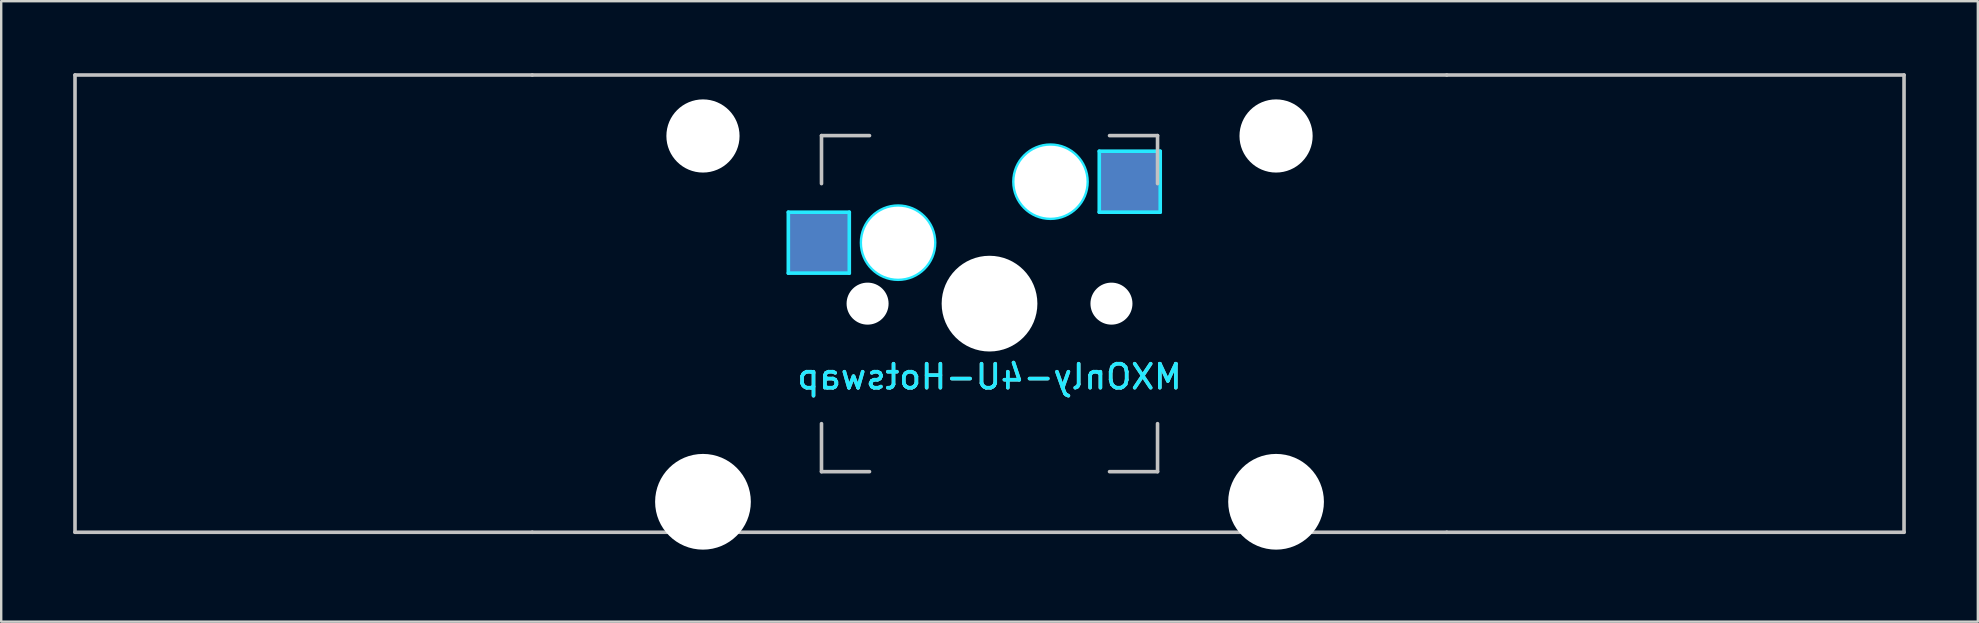
<source format=kicad_pcb>
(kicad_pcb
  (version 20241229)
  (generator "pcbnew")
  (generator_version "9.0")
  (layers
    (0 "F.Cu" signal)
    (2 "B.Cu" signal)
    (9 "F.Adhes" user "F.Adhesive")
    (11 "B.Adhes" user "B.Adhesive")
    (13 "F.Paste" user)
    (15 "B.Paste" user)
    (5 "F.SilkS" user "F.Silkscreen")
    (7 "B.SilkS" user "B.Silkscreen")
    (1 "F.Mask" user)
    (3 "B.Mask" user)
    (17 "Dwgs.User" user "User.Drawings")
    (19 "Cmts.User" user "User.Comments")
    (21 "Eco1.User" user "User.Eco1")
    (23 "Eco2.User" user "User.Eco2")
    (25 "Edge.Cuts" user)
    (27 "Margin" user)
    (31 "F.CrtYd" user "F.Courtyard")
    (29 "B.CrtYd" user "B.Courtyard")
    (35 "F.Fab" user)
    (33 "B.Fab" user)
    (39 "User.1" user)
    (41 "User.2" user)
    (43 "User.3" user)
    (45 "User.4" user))
  (footprint "MXOnly-4U-Hotswap"
    (layer "F.Cu")
    (at 38.175 9.6)
    (property "Reference" "MXOnly-4U-Hotswap" (at 0 3.048 0) (layer "B.CrtYd") (effects (font (size 1 1) (thickness 0.15)) (justify mirror)))
    (attr smd)
    (fp_line (start -38.1 -9.525) (end -38.1 9.525) (stroke (width 0.15) (type solid)) (layer "Dwgs.User"))
    (fp_line (start -38.1 9.525) (end -19.05 9.525) (stroke (width 0.15) (type solid)) (layer "Dwgs.User"))
    (fp_line (start -19.05 -9.525) (end -38.1 -9.525) (stroke (width 0.15) (type solid)) (layer "Dwgs.User"))
    (fp_line (start -19.05 -9.525) (end 19.05 -9.525) (stroke (width 0.15) (type solid)) (layer "Dwgs.User"))
    (fp_line (start -7 -7) (end -7 -5) (stroke (width 0.15) (type solid)) (layer "Dwgs.User"))
    (fp_line (start -7 5) (end -7 7) (stroke (width 0.15) (type solid)) (layer "Dwgs.User"))
    (fp_line (start -7 7) (end -5 7) (stroke (width 0.15) (type solid)) (layer "Dwgs.User"))
    (fp_line (start -5 -7) (end -7 -7) (stroke (width 0.15) (type solid)) (layer "Dwgs.User"))
    (fp_line (start 5 -7) (end 7 -7) (stroke (width 0.15) (type solid)) (layer "Dwgs.User"))
    (fp_line (start 5 7) (end 7 7) (stroke (width 0.15) (type solid)) (layer "Dwgs.User"))
    (fp_line (start 7 -7) (end 7 -5) (stroke (width 0.15) (type solid)) (layer "Dwgs.User"))
    (fp_line (start 7 7) (end 7 5) (stroke (width 0.15) (type solid)) (layer "Dwgs.User"))
    (fp_line (start 19.05 -9.525) (end 38.1 -9.525) (stroke (width 0.15) (type solid)) (layer "Dwgs.User"))
    (fp_line (start 19.05 9.525) (end -19.05 9.525) (stroke (width 0.15) (type solid)) (layer "Dwgs.User"))
    (fp_line (start 38.1 -9.525) (end 38.1 9.525) (stroke (width 0.15) (type solid)) (layer "Dwgs.User"))
    (fp_line (start 38.1 9.525) (end 19.05 9.525) (stroke (width 0.15) (type solid)) (layer "Dwgs.User"))
    (fp_line (start -8.382 -3.81) (end -5.842 -3.81) (stroke (width 0.15) (type solid)) (layer "B.CrtYd"))
    (fp_line (start -8.382 -1.27) (end -8.382 -3.81) (stroke (width 0.15) (type solid)) (layer "B.CrtYd"))
    (fp_line (start -5.842 -3.81) (end -5.842 -1.27) (stroke (width 0.15) (type solid)) (layer "B.CrtYd"))
    (fp_line (start -5.842 -1.27) (end -8.382 -1.27) (stroke (width 0.15) (type solid)) (layer "B.CrtYd"))
    (fp_line (start 4.572 -6.35) (end 7.112 -6.35) (stroke (width 0.15) (type solid)) (layer "B.CrtYd"))
    (fp_line (start 4.572 -3.81) (end 4.572 -6.35) (stroke (width 0.15) (type solid)) (layer "B.CrtYd"))
    (fp_line (start 7.112 -6.35) (end 7.112 -3.81) (stroke (width 0.15) (type solid)) (layer "B.CrtYd"))
    (fp_line (start 7.112 -3.81) (end 4.572 -3.81) (stroke (width 0.15) (type solid)) (layer "B.CrtYd"))
    (fp_circle (center -3.81 -2.54) (end -3.81 -4.064) (stroke (width 0.15) (type solid)) (fill no) (layer "B.CrtYd"))
    (fp_circle (center 2.54 -5.08) (end 2.54 -6.604) (stroke (width 0.15) (type solid)) (fill no) (layer "B.CrtYd"))
    (fp_text user "${REFERENCE}" (at 0 3.048 0) (layer "B.SilkS") (effects (font (size 1 1) (thickness 0.15)) (justify mirror)))
    (pad "" np_thru_hole circle (at -11.938 -6.985) (size 3.048 3.048) (drill 3.048) (layers "*.Cu" "*.Mask"))
    (pad "" np_thru_hole circle (at -11.938 8.255) (size 3.988 3.988) (drill 3.988) (layers "*.Cu" "*.Mask"))
    (pad "" np_thru_hole circle (at -5.08 0 48.1) (size 1.75 1.75) (drill 1.75) (layers "*.Cu" "*.Mask"))
    (pad "" np_thru_hole circle (at -3.81 -2.54) (size 3 3) (drill 3) (layers "*.Cu" "*.Mask"))
    (pad "" np_thru_hole circle (at 0 0) (size 3.988 3.988) (drill 3.988) (layers "*.Cu" "*.Mask"))
    (pad "" np_thru_hole circle (at 2.54 -5.08) (size 3 3) (drill 3) (layers "*.Cu" "*.Mask"))
    (pad "" np_thru_hole circle (at 5.08 0 48.1) (size 1.75 1.75) (drill 1.75) (layers "*.Cu" "*.Mask"))
    (pad "" np_thru_hole circle (at 11.938 -6.985) (size 3.048 3.048) (drill 3.048) (layers "*.Cu" "*.Mask"))
    (pad "" np_thru_hole circle (at 11.938 8.255) (size 3.988 3.988) (drill 3.988) (layers "*.Cu" "*.Mask"))
    (pad "1" smd rect (at -7.085 -2.54) (size 2.55 2.5) (layers "B.Cu" "B.Mask" "B.Paste"))
    (pad "2" smd rect (at 5.842 -5.08) (size 2.55 2.5) (layers "B.Cu" "B.Mask" "B.Paste")))
  (gr_rect
    (start -3 -3)
    (end 79.35 22.849)
    (stroke (width 0.1) (type default))
    (fill no)
    (layer "Edge.Cuts")))
</source>
